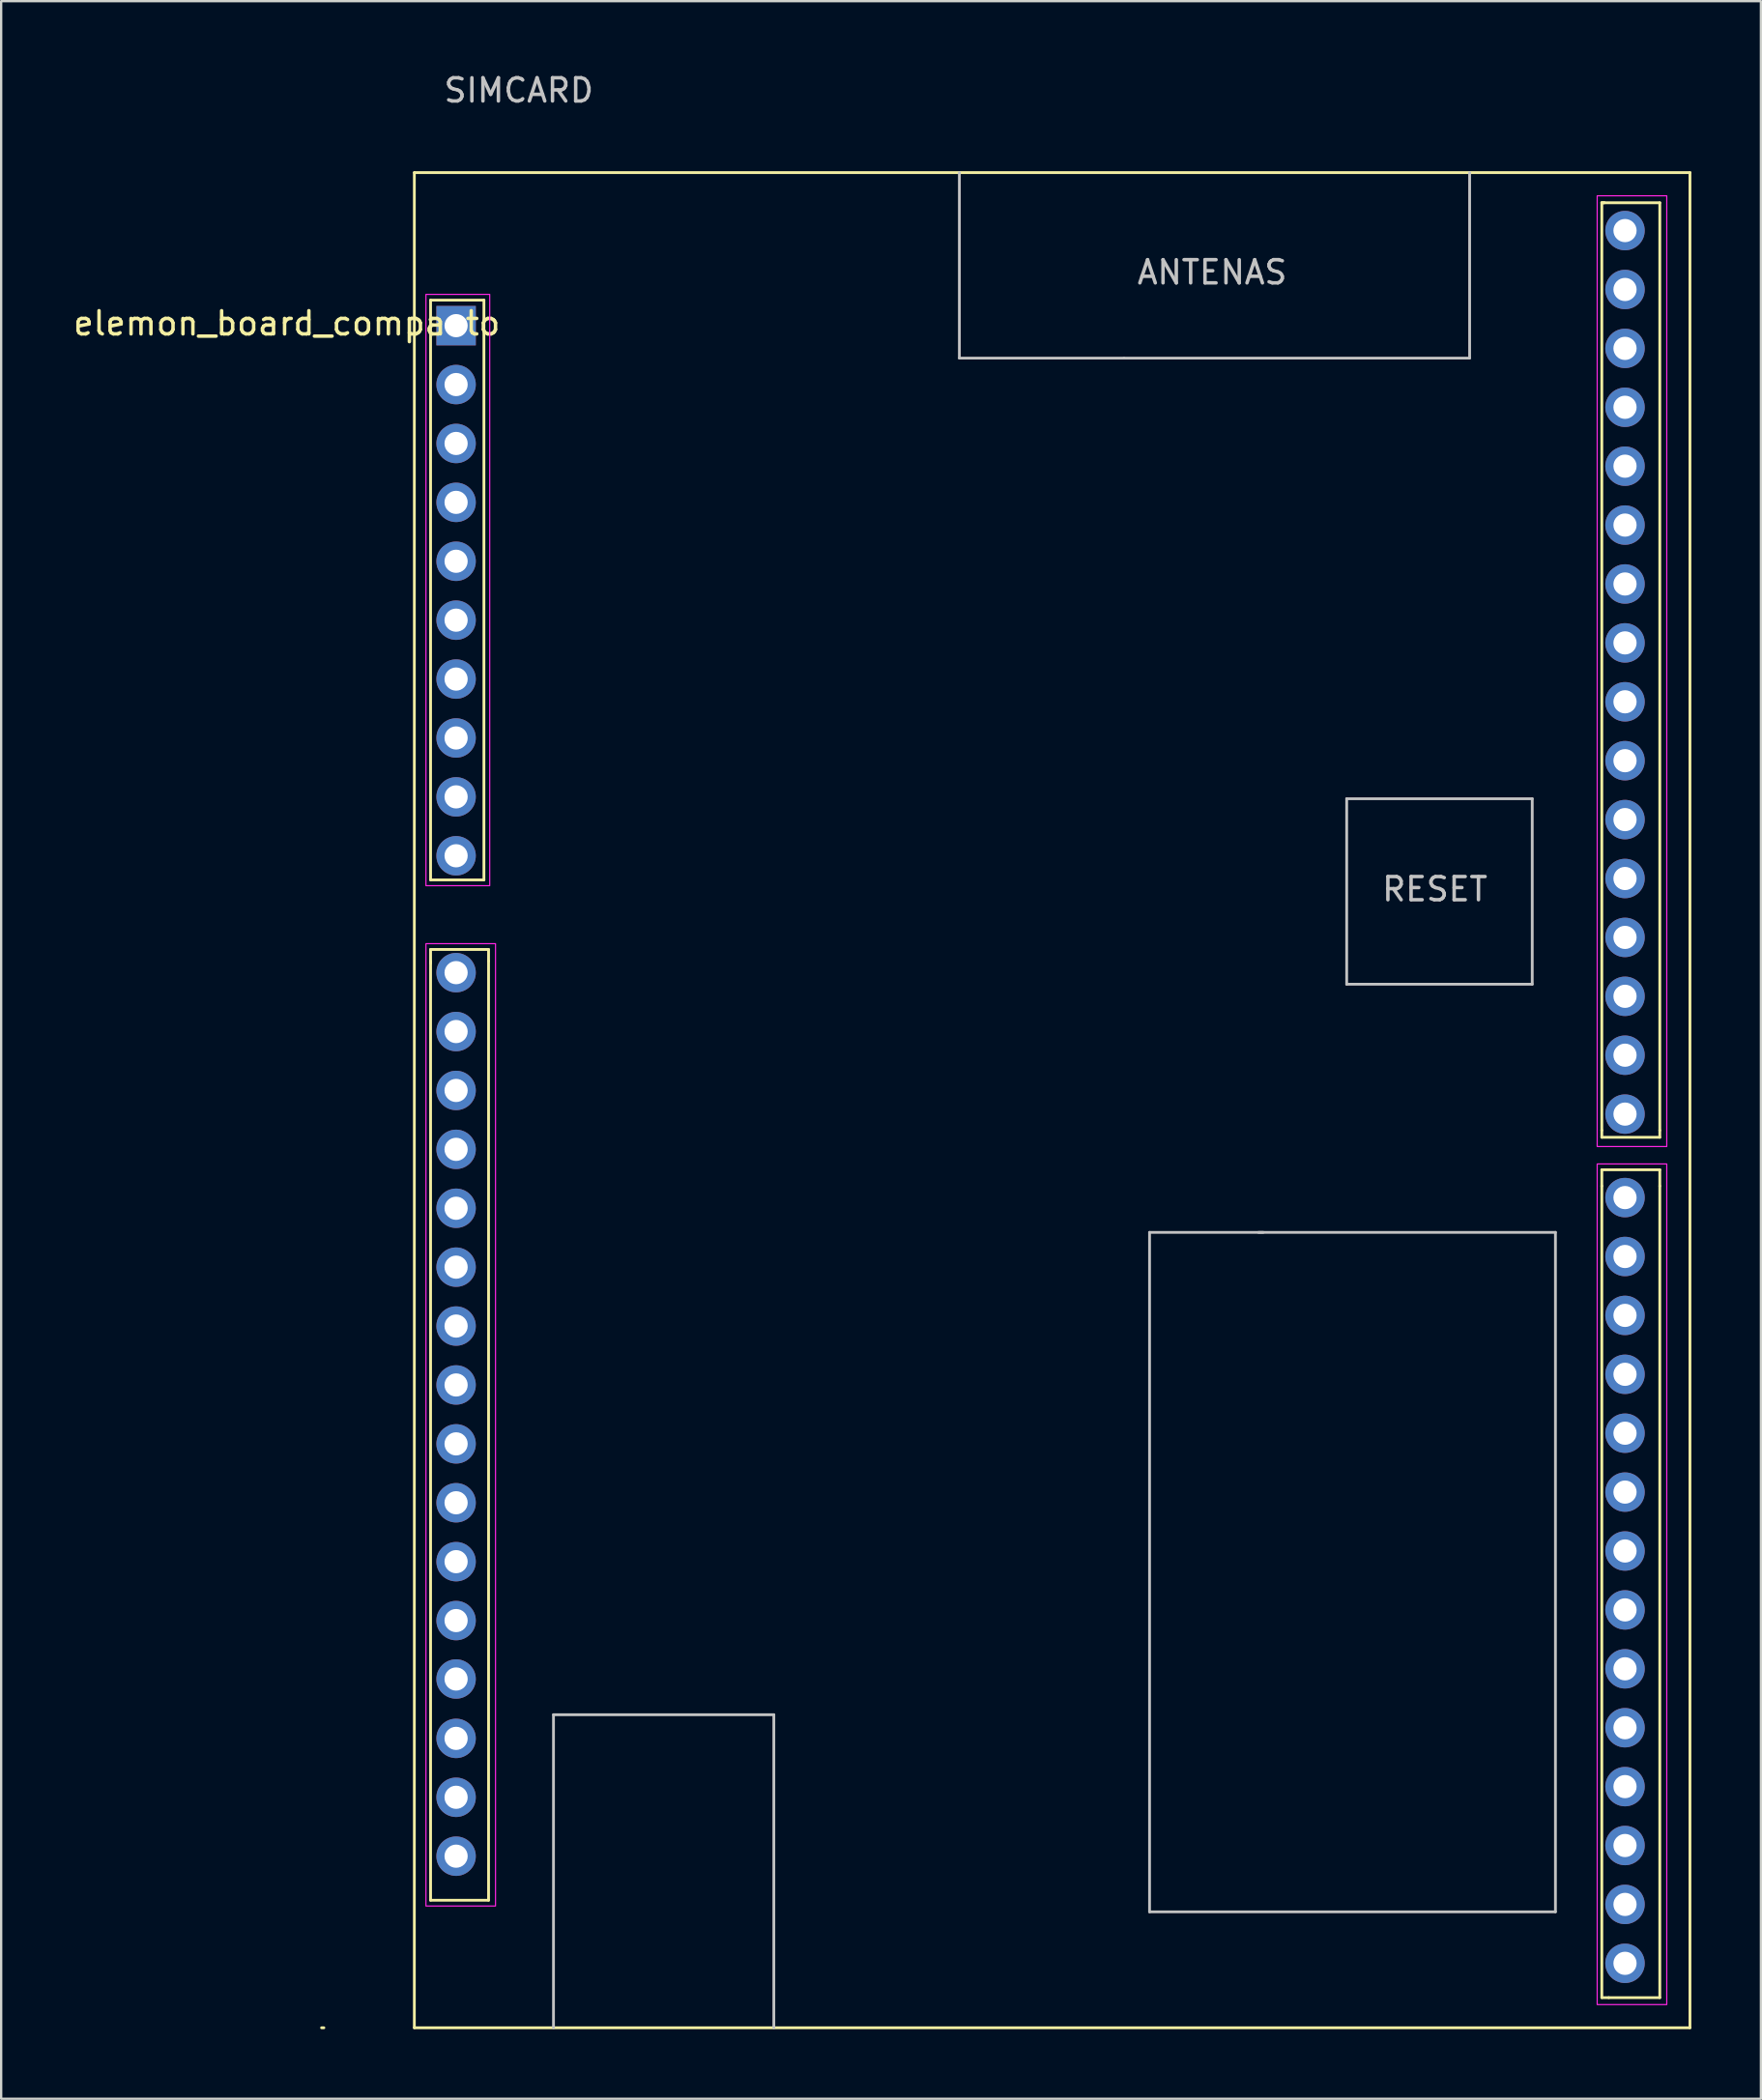
<source format=kicad_pcb>
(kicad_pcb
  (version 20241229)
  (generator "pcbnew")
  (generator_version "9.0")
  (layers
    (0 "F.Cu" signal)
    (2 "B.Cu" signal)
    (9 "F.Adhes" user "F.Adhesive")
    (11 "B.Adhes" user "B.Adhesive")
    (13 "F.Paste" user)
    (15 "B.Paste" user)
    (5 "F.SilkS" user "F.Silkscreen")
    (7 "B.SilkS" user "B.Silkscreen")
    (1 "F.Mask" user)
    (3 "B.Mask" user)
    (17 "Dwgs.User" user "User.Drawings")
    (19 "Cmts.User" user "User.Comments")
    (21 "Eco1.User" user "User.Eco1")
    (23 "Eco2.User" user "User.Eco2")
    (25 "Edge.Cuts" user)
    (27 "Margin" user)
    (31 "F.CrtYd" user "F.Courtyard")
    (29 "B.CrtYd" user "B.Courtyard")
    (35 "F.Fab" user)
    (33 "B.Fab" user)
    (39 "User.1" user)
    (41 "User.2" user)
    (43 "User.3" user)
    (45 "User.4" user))
  (footprint "elemon_board_compacto"
    (layer "F.Cu")
    (at 10.815 4.393)
    (property "Reference" "elemon_board_compacto" (at -1.5 6.5 0) (layer "F.SilkS") (effects (font (size 1 1) (thickness 0.15))))
    (attr through_hole)
    (fp_line (start 0.1 80) (end 0 80) (stroke (width 0.12) (type solid)) (layer "F.SilkS"))
    (fp_line (start 4 0) (end 4 80) (stroke (width 0.12) (type solid)) (layer "F.SilkS"))
    (fp_line (start 4 0) (end 59 0) (stroke (width 0.12) (type solid)) (layer "F.SilkS"))
    (fp_line (start 4 80) (end 59 80) (stroke (width 0.12) (type solid)) (layer "F.SilkS"))
    (fp_line (start 4.7 5.5) (end 7 5.5) (stroke (width 0.12) (type solid)) (layer "F.SilkS"))
    (fp_line (start 4.7 30.5) (end 4.7 5.5) (stroke (width 0.12) (type solid)) (layer "F.SilkS"))
    (fp_line (start 4.7 30.5) (end 7 30.5) (stroke (width 0.12) (type solid)) (layer "F.SilkS"))
    (fp_line (start 4.7 33.5) (end 4.7 34.1) (stroke (width 0.12) (type solid)) (layer "F.SilkS"))
    (fp_line (start 4.7 34) (end 4.7 74.5) (stroke (width 0.12) (type solid)) (layer "F.SilkS"))
    (fp_line (start 4.7 74.5) (end 7.2 74.5) (stroke (width 0.12) (type solid)) (layer "F.SilkS"))
    (fp_line (start 7 30.5) (end 7 5.5) (stroke (width 0.12) (type solid)) (layer "F.SilkS"))
    (fp_line (start 7.2 33.5) (end 4.7 33.5) (stroke (width 0.12) (type solid)) (layer "F.SilkS"))
    (fp_line (start 7.2 34) (end 7.2 33.5) (stroke (width 0.12) (type solid)) (layer "F.SilkS"))
    (fp_line (start 7.2 34) (end 7.2 74.5) (stroke (width 0.12) (type solid)) (layer "F.SilkS"))
    (fp_line (start 55.2 1.3) (end 55.3 1.3) (stroke (width 0.12) (type solid)) (layer "F.SilkS"))
    (fp_line (start 55.2 41.3) (end 55.2 1.3) (stroke (width 0.12) (type solid)) (layer "F.SilkS"))
    (fp_line (start 55.2 41.6) (end 55.2 41.3) (stroke (width 0.12) (type solid)) (layer "F.SilkS"))
    (fp_line (start 55.2 43) (end 55.2 43.7) (stroke (width 0.12) (type solid)) (layer "F.SilkS"))
    (fp_line (start 55.2 43.7) (end 55.2 78.7) (stroke (width 0.12) (type solid)) (layer "F.SilkS"))
    (fp_line (start 55.2 78.7) (end 55.5 78.7) (stroke (width 0.12) (type solid)) (layer "F.SilkS"))
    (fp_line (start 55.3 1.3) (end 55.2 1.3) (stroke (width 0.12) (type solid)) (layer "F.SilkS"))
    (fp_line (start 55.3 1.3) (end 57.7 1.3) (stroke (width 0.12) (type solid)) (layer "F.SilkS"))
    (fp_line (start 57.7 41.3) (end 57.7 1.3) (stroke (width 0.12) (type solid)) (layer "F.SilkS"))
    (fp_line (start 57.7 41.3) (end 57.7 41.6) (stroke (width 0.12) (type solid)) (layer "F.SilkS"))
    (fp_line (start 57.7 41.6) (end 55.2 41.6) (stroke (width 0.12) (type solid)) (layer "F.SilkS"))
    (fp_line (start 57.7 43) (end 55.2 43) (stroke (width 0.12) (type solid)) (layer "F.SilkS"))
    (fp_line (start 57.7 43.7) (end 57.7 43) (stroke (width 0.12) (type solid)) (layer "F.SilkS"))
    (fp_line (start 57.7 43.7) (end 57.7 78.7) (stroke (width 0.12) (type solid)) (layer "F.SilkS"))
    (fp_line (start 57.7 78.7) (end 55.5 78.7) (stroke (width 0.12) (type solid)) (layer "F.SilkS"))
    (fp_line (start 59 0) (end 59 80) (stroke (width 0.12) (type solid)) (layer "F.SilkS"))
    (fp_line (start 10 66.5) (end 10 80) (stroke (width 0.12) (type solid)) (layer "Dwgs.User"))
    (fp_line (start 19.5 66.5) (end 10 66.5) (stroke (width 0.12) (type solid)) (layer "Dwgs.User"))
    (fp_line (start 19.5 80) (end 19.5 66.5) (stroke (width 0.12) (type solid)) (layer "Dwgs.User"))
    (fp_line (start 27.5 0) (end 27.5 8) (stroke (width 0.12) (type solid)) (layer "Dwgs.User"))
    (fp_line (start 27.5 8) (end 34.6 8) (stroke (width 0.12) (type solid)) (layer "Dwgs.User"))
    (fp_line (start 35.7 45.7) (end 40.6 45.7) (stroke (width 0.12) (type solid)) (layer "Dwgs.User"))
    (fp_line (start 35.7 75) (end 35.7 45.7) (stroke (width 0.12) (type solid)) (layer "Dwgs.User"))
    (fp_line (start 35.7 75) (end 53.2 75) (stroke (width 0.12) (type solid)) (layer "Dwgs.User"))
    (fp_line (start 44.2 27) (end 44.2 35) (stroke (width 0.12) (type solid)) (layer "Dwgs.User"))
    (fp_line (start 44.2 35) (end 52.2 35) (stroke (width 0.12) (type solid)) (layer "Dwgs.User"))
    (fp_line (start 49.5 0) (end 49.5 8) (stroke (width 0.12) (type solid)) (layer "Dwgs.User"))
    (fp_line (start 49.5 8) (end 34.6 8) (stroke (width 0.12) (type solid)) (layer "Dwgs.User"))
    (fp_line (start 52.2 27) (end 44.2 27) (stroke (width 0.12) (type solid)) (layer "Dwgs.User"))
    (fp_line (start 52.2 27) (end 52.2 35) (stroke (width 0.12) (type solid)) (layer "Dwgs.User"))
    (fp_line (start 53.2 45.7) (end 40.4 45.7) (stroke (width 0.12) (type solid)) (layer "Dwgs.User"))
    (fp_line (start 53.2 75) (end 53.2 45.7) (stroke (width 0.12) (type solid)) (layer "Dwgs.User"))
    (fp_rect (start 4.5 33.25) (end 7.5 74.75) (stroke (width 0.05) (type solid)) (fill no) (layer "F.CrtYd"))
    (fp_rect (start 7.25 30.75) (end 4.5 5.25) (stroke (width 0.05) (type solid)) (fill no) (layer "F.CrtYd"))
    (fp_rect (start 55 1) (end 58 42) (stroke (width 0.05) (type solid)) (fill no) (layer "F.CrtYd"))
    (fp_rect (start 55 42.75) (end 58 79) (stroke (width 0.05) (type solid)) (fill no) (layer "F.CrtYd"))
    (fp_text user "RESET" (at 48 30.9 0) (layer "Dwgs.User") (effects (font (size 1 1) (thickness 0.15))))
    (fp_text user "SIMCARD" (at 8.505 -3.545 0) (layer "Dwgs.User") (effects (font (size 1 1) (thickness 0.15))))
    (fp_text user "ANTENAS" (at 38.4 4.3 0) (layer "Dwgs.User") (effects (font (size 1 1) (thickness 0.15))))
    (pad "1" thru_hole rect (at 5.8 6.6) (size 1.7 1.7) (drill 1) (layers "*.Cu" "*.Mask"))
    (pad "2" thru_hole circle (at 5.8 9.14) (size 1.7 1.7) (drill 1) (layers "*.Cu" "*.Mask"))
    (pad "3" thru_hole circle (at 5.8 11.68) (size 1.7 1.7) (drill 1) (layers "*.Cu" "*.Mask"))
    (pad "4" thru_hole circle (at 5.8 14.22) (size 1.7 1.7) (drill 1) (layers "*.Cu" "*.Mask"))
    (pad "5" thru_hole circle (at 5.8 16.76) (size 1.7 1.7) (drill 1) (layers "*.Cu" "*.Mask"))
    (pad "6" thru_hole circle (at 5.8 19.3) (size 1.7 1.7) (drill 1) (layers "*.Cu" "*.Mask"))
    (pad "7" thru_hole circle (at 5.8 21.84) (size 1.7 1.7) (drill 1) (layers "*.Cu" "*.Mask"))
    (pad "8" thru_hole circle (at 5.8 24.38) (size 1.7 1.7) (drill 1) (layers "*.Cu" "*.Mask"))
    (pad "9" thru_hole circle (at 5.8 26.92) (size 1.7 1.7) (drill 1) (layers "*.Cu" "*.Mask"))
    (pad "10" thru_hole circle (at 5.8 29.46) (size 1.7 1.7) (drill 1) (layers "*.Cu" "*.Mask"))
    (pad "11" thru_hole circle (at 5.8 34.5) (size 1.7 1.7) (drill 1) (layers "*.Cu" "*.Mask"))
    (pad "12" thru_hole circle (at 5.8 37.04) (size 1.7 1.7) (drill 1) (layers "*.Cu" "*.Mask"))
    (pad "13" thru_hole circle (at 5.8 39.58) (size 1.7 1.7) (drill 1) (layers "*.Cu" "*.Mask"))
    (pad "14" thru_hole circle (at 5.8 42.12) (size 1.7 1.7) (drill 1) (layers "*.Cu" "*.Mask"))
    (pad "15" thru_hole circle (at 5.8 44.66) (size 1.7 1.7) (drill 1) (layers "*.Cu" "*.Mask"))
    (pad "16" thru_hole circle (at 5.8 47.2) (size 1.7 1.7) (drill 1) (layers "*.Cu" "*.Mask"))
    (pad "17" thru_hole circle (at 5.8 49.74) (size 1.7 1.7) (drill 1) (layers "*.Cu" "*.Mask"))
    (pad "18" thru_hole circle (at 5.8 52.28) (size 1.7 1.7) (drill 1) (layers "*.Cu" "*.Mask"))
    (pad "19" thru_hole circle (at 5.8 54.82) (size 1.7 1.7) (drill 1) (layers "*.Cu" "*.Mask"))
    (pad "20" thru_hole circle (at 5.8 57.36) (size 1.7 1.7) (drill 1) (layers "*.Cu" "*.Mask"))
    (pad "21" thru_hole circle (at 5.8 59.9) (size 1.7 1.7) (drill 1) (layers "*.Cu" "*.Mask"))
    (pad "22" thru_hole circle (at 5.8 62.44) (size 1.7 1.7) (drill 1) (layers "*.Cu" "*.Mask"))
    (pad "23" thru_hole circle (at 5.8 64.96) (size 1.7 1.7) (drill 1) (layers "*.Cu" "*.Mask"))
    (pad "24" thru_hole circle (at 5.8 67.52) (size 1.7 1.7) (drill 1) (layers "*.Cu" "*.Mask"))
    (pad "25" thru_hole circle (at 5.8 70.06) (size 1.7 1.7) (drill 1) (layers "*.Cu" "*.Mask"))
    (pad "26" thru_hole circle (at 5.8 72.6) (size 1.7 1.7) (drill 1) (layers "*.Cu" "*.Mask"))
    (pad "27" thru_hole circle (at 56.2 2.5) (size 1.7 1.7) (drill 1) (layers "*.Cu" "*.Mask"))
    (pad "28" thru_hole circle (at 56.2 5.04) (size 1.7 1.7) (drill 1) (layers "*.Cu" "*.Mask"))
    (pad "29" thru_hole circle (at 56.2 7.58) (size 1.7 1.7) (drill 1) (layers "*.Cu" "*.Mask"))
    (pad "30" thru_hole circle (at 56.2 10.12) (size 1.7 1.7) (drill 1) (layers "*.Cu" "*.Mask"))
    (pad "31" thru_hole circle (at 56.2 12.66) (size 1.7 1.7) (drill 1) (layers "*.Cu" "*.Mask"))
    (pad "32" thru_hole circle (at 56.2 15.2) (size 1.7 1.7) (drill 1) (layers "*.Cu" "*.Mask"))
    (pad "33" thru_hole circle (at 56.2 17.74) (size 1.7 1.7) (drill 1) (layers "*.Cu" "*.Mask"))
    (pad "34" thru_hole circle (at 56.2 20.28) (size 1.7 1.7) (drill 1) (layers "*.Cu" "*.Mask"))
    (pad "35" thru_hole circle (at 56.2 22.82) (size 1.7 1.7) (drill 1) (layers "*.Cu" "*.Mask"))
    (pad "36" thru_hole circle (at 56.2 25.36) (size 1.7 1.7) (drill 1) (layers "*.Cu" "*.Mask"))
    (pad "37" thru_hole circle (at 56.2 27.9) (size 1.7 1.7) (drill 1) (layers "*.Cu" "*.Mask"))
    (pad "38" thru_hole circle (at 56.2 30.44) (size 1.7 1.7) (drill 1) (layers "*.Cu" "*.Mask"))
    (pad "39" thru_hole circle (at 56.2 32.98) (size 1.7 1.7) (drill 1) (layers "*.Cu" "*.Mask"))
    (pad "40" thru_hole circle (at 56.2 35.52) (size 1.7 1.7) (drill 1) (layers "*.Cu" "*.Mask"))
    (pad "41" thru_hole circle (at 56.2 38.06) (size 1.7 1.7) (drill 1) (layers "*.Cu" "*.Mask"))
    (pad "42" thru_hole circle (at 56.2 40.6) (size 1.7 1.7) (drill 1) (layers "*.Cu" "*.Mask"))
    (pad "43" thru_hole circle (at 56.2 44.2) (size 1.7 1.7) (drill 1) (layers "*.Cu" "*.Mask"))
    (pad "44" thru_hole circle (at 56.2 46.74) (size 1.7 1.7) (drill 1) (layers "*.Cu" "*.Mask"))
    (pad "45" thru_hole circle (at 56.2 49.28) (size 1.7 1.7) (drill 1) (layers "*.Cu" "*.Mask"))
    (pad "46" thru_hole circle (at 56.2 51.82) (size 1.7 1.7) (drill 1) (layers "*.Cu" "*.Mask"))
    (pad "47" thru_hole circle (at 56.2 54.36) (size 1.7 1.7) (drill 1) (layers "*.Cu" "*.Mask"))
    (pad "48" thru_hole circle (at 56.2 56.9) (size 1.7 1.7) (drill 1) (layers "*.Cu" "*.Mask"))
    (pad "49" thru_hole circle (at 56.2 59.44) (size 1.7 1.7) (drill 1) (layers "*.Cu" "*.Mask"))
    (pad "50" thru_hole circle (at 56.2 61.98) (size 1.7 1.7) (drill 1) (layers "*.Cu" "*.Mask"))
    (pad "51" thru_hole circle (at 56.2 64.52) (size 1.7 1.7) (drill 1) (layers "*.Cu" "*.Mask"))
    (pad "52" thru_hole circle (at 56.2 67.06) (size 1.7 1.7) (drill 1) (layers "*.Cu" "*.Mask"))
    (pad "53" thru_hole circle (at 56.2 69.6) (size 1.7 1.7) (drill 1) (layers "*.Cu" "*.Mask"))
    (pad "54" thru_hole circle (at 56.2 72.14) (size 1.7 1.7) (drill 1) (layers "*.Cu" "*.Mask"))
    (pad "55" thru_hole circle (at 56.2 74.68) (size 1.7 1.7) (drill 1) (layers "*.Cu" "*.Mask"))
    (pad "56" thru_hole circle (at 56.2 77.22) (size 1.7 1.7) (drill 1) (layers "*.Cu" "*.Mask")))
  (gr_rect
    (start -3 -3)
    (end 72.875 87.453)
    (stroke (width 0.1) (type default))
    (fill no)
    (layer "Edge.Cuts")))
</source>
